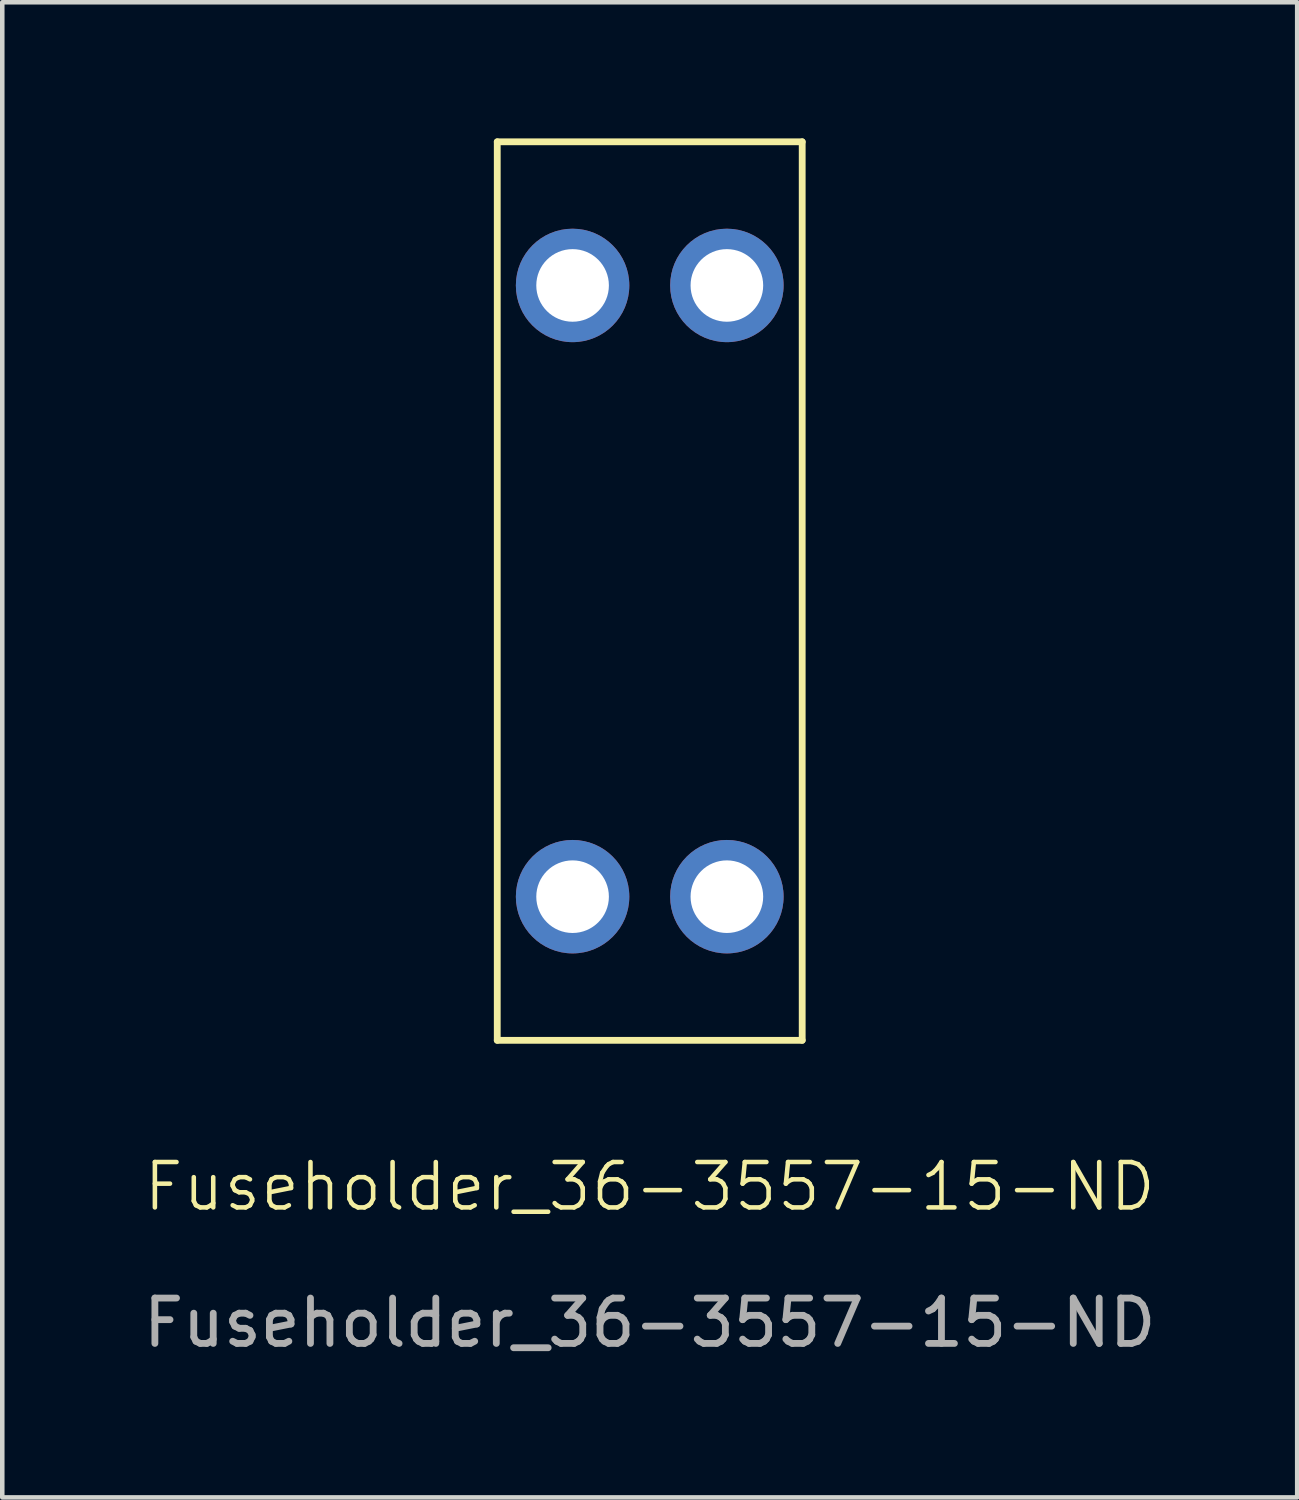
<source format=kicad_pcb>
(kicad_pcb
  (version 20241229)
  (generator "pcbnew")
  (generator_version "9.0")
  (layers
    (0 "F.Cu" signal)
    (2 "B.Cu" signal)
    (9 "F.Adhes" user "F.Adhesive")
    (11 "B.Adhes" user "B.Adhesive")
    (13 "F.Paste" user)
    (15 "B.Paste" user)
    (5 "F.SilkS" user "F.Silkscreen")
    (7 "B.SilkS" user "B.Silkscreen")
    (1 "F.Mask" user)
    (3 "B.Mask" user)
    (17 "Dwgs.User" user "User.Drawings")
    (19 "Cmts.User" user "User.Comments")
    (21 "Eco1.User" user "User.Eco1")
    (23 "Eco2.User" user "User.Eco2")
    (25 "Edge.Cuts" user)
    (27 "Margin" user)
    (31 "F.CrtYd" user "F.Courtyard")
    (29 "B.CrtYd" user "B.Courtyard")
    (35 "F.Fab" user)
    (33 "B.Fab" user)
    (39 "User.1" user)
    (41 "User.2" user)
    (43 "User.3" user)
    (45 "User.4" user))
  (footprint "Fuseholder_36-3557-15-ND"
    (layer "F.Cu")
    (at 11.268 10.86)
    (property "Reference" "Fuseholder_36-3557-15-ND" (at 0 12.24 0) (unlocked yes) (layer "F.SilkS") (effects (font (size 1 1) (thickness 0.1))))
    (attr through_hole)
    (fp_line (start -3.36 -10.785) (end 3.36 -10.785) (stroke (width 0.15) (type solid)) (layer "F.SilkS"))
    (fp_line (start -3.36 9.015) (end -3.36 -10.785) (stroke (width 0.15) (type solid)) (layer "F.SilkS"))
    (fp_line (start 3.36 -10.785) (end 3.36 9.015) (stroke (width 0.15) (type solid)) (layer "F.SilkS"))
    (fp_line (start 3.36 9.015) (end -3.36 9.015) (stroke (width 0.15) (type solid)) (layer "F.SilkS"))
    (fp_text user "${REFERENCE}" (at 0 15.24 0) (unlocked yes) (layer "F.Fab") (effects (font (size 1 1) (thickness 0.15))))
    (pad "1" thru_hole circle (at -1.7 5.85 270) (size 2.5 2.5) (drill 1.6) (layers "*.Cu" "*.Mask"))
    (pad "1" thru_hole circle (at 1.7 5.85 270) (size 2.5 2.5) (drill 1.6) (layers "*.Cu" "*.Mask"))
    (pad "2" thru_hole circle (at -1.7 -7.62 270) (size 2.5 2.5) (drill 1.6) (layers "*.Cu" "*.Mask"))
    (pad "2" thru_hole circle (at 1.7 -7.62 270) (size 2.5 2.5) (drill 1.6) (layers "*.Cu" "*.Mask")))
  (gr_rect
    (start -3 -3)
    (end 25.536 29.948)
    (stroke (width 0.1) (type default))
    (fill no)
    (layer "Edge.Cuts")))
</source>
